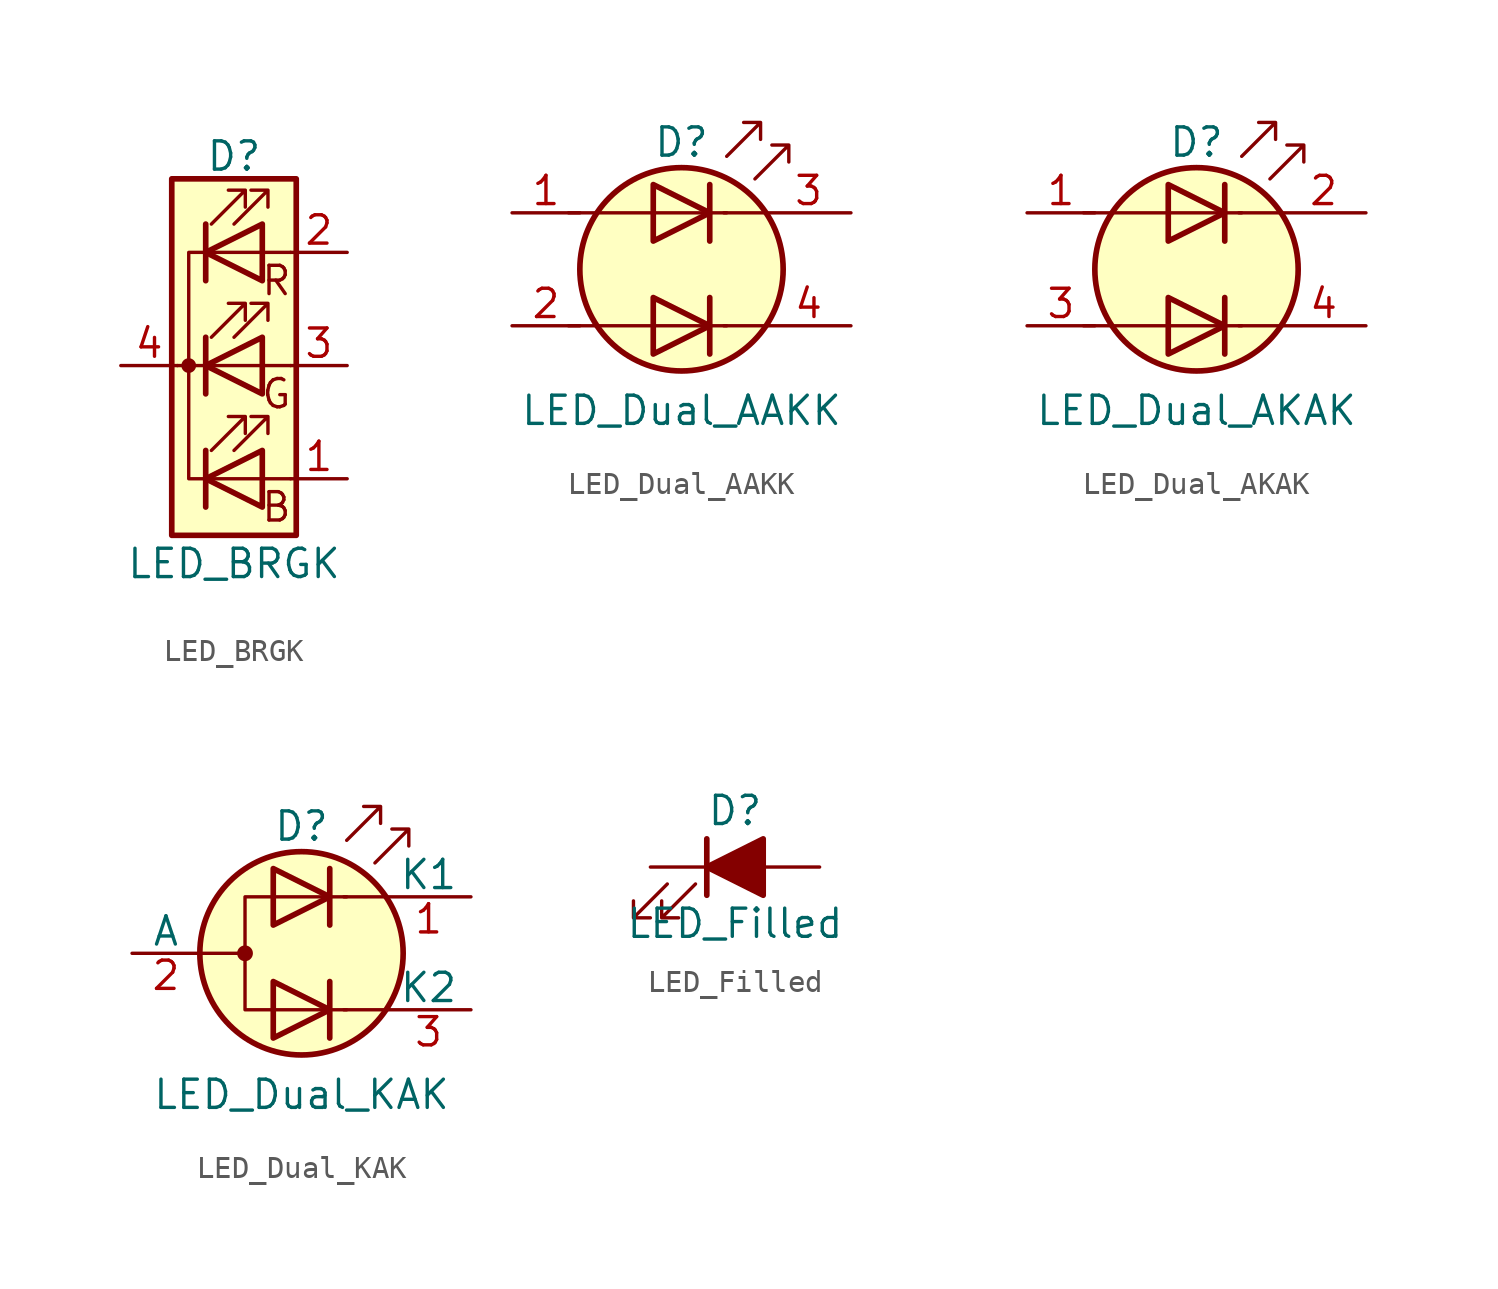
<source format=kicad_sym>
(kicad_symbol_lib
  (version 20211014)
  (generator kicad_symbol_editor)
  (symbol "LED_BRGK"
    (pin_names
      (offset 0) hide)
    (property "Reference" "D"
      (at 0 9.398 0)
      (effects (font (size 1.27 1.27))))
    (property "Value" "LED_BRGK"
      (at 0 -8.89 0)
      (effects (font (size 1.27 1.27))))
    (symbol "LED_BRGK_0_0"
      (text "B" (at 1.905 -6.35 0) (effects (font (size 1.27 1.27))))
      (text "G" (at 1.905 -1.27 0) (effects (font (size 1.27 1.27))))
      (text "R" (at 1.905 3.81 0) (effects (font (size 1.27 1.27)))))
    (symbol "LED_BRGK_0_1"
      (circle (center -2.032 0) (radius 0.254) (stroke (width 0) (type default) (color 0 0 0 0)) (fill (type outline)))
      (polyline (pts (xy -1.27 -5.08) (xy 1.27 -5.08)) (stroke (width 0) (type default) (color 0 0 0 0)) (fill (type none)))
      (polyline (pts (xy -1.27 -3.81) (xy -1.27 -6.35)) (stroke (width 0.254) (type default) (color 0 0 0 0)) (fill (type none)))
      (polyline (pts (xy -1.27 0) (xy -2.54 0)) (stroke (width 0) (type default) (color 0 0 0 0)) (fill (type none)))
      (polyline (pts (xy -1.27 1.27) (xy -1.27 -1.27)) (stroke (width 0.254) (type default) (color 0 0 0 0)) (fill (type none)))
      (polyline (pts (xy -1.27 5.08) (xy 1.27 5.08)) (stroke (width 0) (type default) (color 0 0 0 0)) (fill (type none)))
      (polyline (pts (xy -1.27 6.35) (xy -1.27 3.81)) (stroke (width 0.254) (type default) (color 0 0 0 0)) (fill (type none)))
      (polyline (pts (xy 1.27 -5.08) (xy 2.54 -5.08)) (stroke (width 0) (type default) (color 0 0 0 0)) (fill (type none)))
      (polyline (pts (xy 1.27 0) (xy -1.27 0)) (stroke (width 0) (type default) (color 0 0 0 0)) (fill (type none)))
      (polyline (pts (xy 1.27 0) (xy 2.54 0)) (stroke (width 0) (type default) (color 0 0 0 0)) (fill (type none)))
      (polyline (pts (xy 1.27 5.08) (xy 2.54 5.08)) (stroke (width 0) (type default) (color 0 0 0 0)) (fill (type none)))
      (polyline (pts (xy -1.27 1.27) (xy -1.27 -1.27) (xy -1.27 -1.27)) (stroke (width 0) (type default) (color 0 0 0 0)) (fill (type none)))
      (polyline (pts (xy -1.27 6.35) (xy -1.27 3.81) (xy -1.27 3.81)) (stroke (width 0) (type default) (color 0 0 0 0)) (fill (type none)))
      (polyline (pts (xy -1.27 5.08) (xy -2.032 5.08) (xy -2.032 -5.08) (xy -1.016 -5.08)) (stroke (width 0) (type default) (color 0 0 0 0)) (fill (type none)))
      (polyline (pts (xy 1.27 -3.81) (xy 1.27 -6.35) (xy -1.27 -5.08) (xy 1.27 -3.81)) (stroke (width 0.254) (type default) (color 0 0 0 0)) (fill (type none)))
      (polyline (pts (xy 1.27 1.27) (xy 1.27 -1.27) (xy -1.27 0) (xy 1.27 1.27)) (stroke (width 0.254) (type default) (color 0 0 0 0)) (fill (type none)))
      (polyline (pts (xy 1.27 6.35) (xy 1.27 3.81) (xy -1.27 5.08) (xy 1.27 6.35)) (stroke (width 0.254) (type default) (color 0 0 0 0)) (fill (type none)))
      (polyline (pts (xy -1.016 -3.81) (xy 0.508 -2.286) (xy -0.254 -2.286) (xy 0.508 -2.286) (xy 0.508 -3.048)) (stroke (width 0) (type default) (color 0 0 0 0)) (fill (type none)))
      (polyline (pts (xy -1.016 1.27) (xy 0.508 2.794) (xy -0.254 2.794) (xy 0.508 2.794) (xy 0.508 2.032)) (stroke (width 0) (type default) (color 0 0 0 0)) (fill (type none)))
      (polyline (pts (xy -1.016 6.35) (xy 0.508 7.874) (xy -0.254 7.874) (xy 0.508 7.874) (xy 0.508 7.112)) (stroke (width 0) (type default) (color 0 0 0 0)) (fill (type none)))
      (polyline (pts (xy 0 -3.81) (xy 1.524 -2.286) (xy 0.762 -2.286) (xy 1.524 -2.286) (xy 1.524 -3.048)) (stroke (width 0) (type default) (color 0 0 0 0)) (fill (type none)))
      (polyline (pts (xy 0 1.27) (xy 1.524 2.794) (xy 0.762 2.794) (xy 1.524 2.794) (xy 1.524 2.032)) (stroke (width 0) (type default) (color 0 0 0 0)) (fill (type none)))
      (polyline (pts (xy 0 6.35) (xy 1.524 7.874) (xy 0.762 7.874) (xy 1.524 7.874) (xy 1.524 7.112)) (stroke (width 0) (type default) (color 0 0 0 0)) (fill (type none)))
      (rectangle (start 1.27 -1.27) (end 1.27 1.27) (stroke (width 0) (type default) (color 0 0 0 0)) (fill (type none)))
      (rectangle (start 1.27 1.27) (end 1.27 1.27) (stroke (width 0) (type default) (color 0 0 0 0)) (fill (type none)))
      (rectangle (start 1.27 3.81) (end 1.27 6.35) (stroke (width 0) (type default) (color 0 0 0 0)) (fill (type none)))
      (rectangle (start 1.27 6.35) (end 1.27 6.35) (stroke (width 0) (type default) (color 0 0 0 0)) (fill (type none)))
      (rectangle (start 2.794 8.382) (end -2.794 -7.62) (stroke (width 0.254) (type default) (color 0 0 0 0)) (fill (type background))))
    (symbol "LED_BRGK_1_1"
      (pin passive line (at 5.08 -5.08 180) (length 2.54) (name "BA" (effects (font (size 1.27 1.27)))) (number "1" (effects (font (size 1.27 1.27)))))
      (pin passive line (at 5.08 5.08 180) (length 2.54) (name "RA" (effects (font (size 1.27 1.27)))) (number "2" (effects (font (size 1.27 1.27)))))
      (pin passive line (at 5.08 0 180) (length 2.54) (name "GA" (effects (font (size 1.27 1.27)))) (number "3" (effects (font (size 1.27 1.27)))))
      (pin passive line (at -5.08 0 0) (length 2.54) (name "K" (effects (font (size 1.27 1.27)))) (number "4" (effects (font (size 1.27 1.27)))))))
  (symbol "LED_Dual_AAKK"
    (pin_names
      (offset 0) hide)
    (property "Reference" "D"
      (at 0 5.715 0)
      (effects (font (size 1.27 1.27))))
    (property "Value" "LED_Dual_AAKK"
      (at 0 -6.35 0)
      (effects (font (size 1.27 1.27))))
    (symbol "LED_Dual_AAKK_0_1"
      (polyline (pts (xy -5.08 -2.54) (xy 2.032 -2.54)) (stroke (width 0) (type default) (color 0 0 0 0)) (fill (type none)))
      (polyline (pts (xy -5.08 2.54) (xy 2.032 2.54)) (stroke (width 0) (type default) (color 0 0 0 0)) (fill (type none)))
      (polyline (pts (xy 1.27 -1.27) (xy 1.27 -3.81)) (stroke (width 0.254) (type default) (color 0 0 0 0)) (fill (type none)))
      (polyline (pts (xy 1.27 3.81) (xy 1.27 1.27)) (stroke (width 0.254) (type default) (color 0 0 0 0)) (fill (type none)))
      (polyline (pts (xy 3.81 -2.54) (xy 1.905 -2.54)) (stroke (width 0) (type default) (color 0 0 0 0)) (fill (type none)))
      (polyline (pts (xy 3.81 2.54) (xy 1.905 2.54)) (stroke (width 0) (type default) (color 0 0 0 0)) (fill (type none)))
      (polyline (pts (xy -1.27 -1.27) (xy -1.27 -3.81) (xy 1.27 -2.54) (xy -1.27 -1.27)) (stroke (width 0.254) (type default) (color 0 0 0 0)) (fill (type none)))
      (polyline (pts (xy -1.27 3.81) (xy -1.27 1.27) (xy 1.27 2.54) (xy -1.27 3.81)) (stroke (width 0.254) (type default) (color 0 0 0 0)) (fill (type none)))
      (polyline (pts (xy 2.032 5.08) (xy 3.556 6.604) (xy 2.794 6.604) (xy 3.556 6.604) (xy 3.556 5.842)) (stroke (width 0) (type default) (color 0 0 0 0)) (fill (type none)))
      (polyline (pts (xy 3.302 4.064) (xy 4.826 5.588) (xy 4.064 5.588) (xy 4.826 5.588) (xy 4.826 4.826)) (stroke (width 0) (type default) (color 0 0 0 0)) (fill (type none)))
      (circle (center 0 0) (radius 4.572) (stroke (width 0.254) (type default) (color 0 0 0 0)) (fill (type background))))
    (symbol "LED_Dual_AAKK_1_1"
      (pin input line (at -7.62 2.54 0) (length 3.048) (name "A1" (effects (font (size 1.27 1.27)))) (number "1" (effects (font (size 1.27 1.27)))))
      (pin input line (at -7.62 -2.54 0) (length 3.048) (name "A2" (effects (font (size 1.27 1.27)))) (number "2" (effects (font (size 1.27 1.27)))))
      (pin input line (at 7.62 2.54 180) (length 3.81) (name "K1" (effects (font (size 1.27 1.27)))) (number "3" (effects (font (size 1.27 1.27)))))
      (pin input line (at 7.62 -2.54 180) (length 3.81) (name "K2" (effects (font (size 1.27 1.27)))) (number "4" (effects (font (size 1.27 1.27)))))))
  (symbol "LED_Dual_AKAK"
    (pin_names
      (offset 0) hide)
    (property "Reference" "D"
      (at 0 5.715 0)
      (effects (font (size 1.27 1.27))))
    (property "Value" "LED_Dual_AKAK"
      (at 0 -6.35 0)
      (effects (font (size 1.27 1.27))))
    (symbol "LED_Dual_AKAK_0_1"
      (polyline (pts (xy -5.08 -2.54) (xy 2.032 -2.54)) (stroke (width 0) (type default) (color 0 0 0 0)) (fill (type none)))
      (polyline (pts (xy -5.08 2.54) (xy 2.032 2.54)) (stroke (width 0) (type default) (color 0 0 0 0)) (fill (type none)))
      (polyline (pts (xy 1.27 -1.27) (xy 1.27 -3.81)) (stroke (width 0.254) (type default) (color 0 0 0 0)) (fill (type none)))
      (polyline (pts (xy 1.27 3.81) (xy 1.27 1.27)) (stroke (width 0.254) (type default) (color 0 0 0 0)) (fill (type none)))
      (polyline (pts (xy 3.81 -2.54) (xy 1.905 -2.54)) (stroke (width 0) (type default) (color 0 0 0 0)) (fill (type none)))
      (polyline (pts (xy 3.81 2.54) (xy 1.905 2.54)) (stroke (width 0) (type default) (color 0 0 0 0)) (fill (type none)))
      (polyline (pts (xy -1.27 -1.27) (xy -1.27 -3.81) (xy 1.27 -2.54) (xy -1.27 -1.27)) (stroke (width 0.254) (type default) (color 0 0 0 0)) (fill (type none)))
      (polyline (pts (xy -1.27 3.81) (xy -1.27 1.27) (xy 1.27 2.54) (xy -1.27 3.81)) (stroke (width 0.254) (type default) (color 0 0 0 0)) (fill (type none)))
      (polyline (pts (xy 2.032 5.08) (xy 3.556 6.604) (xy 2.794 6.604) (xy 3.556 6.604) (xy 3.556 5.842)) (stroke (width 0) (type default) (color 0 0 0 0)) (fill (type none)))
      (polyline (pts (xy 3.302 4.064) (xy 4.826 5.588) (xy 4.064 5.588) (xy 4.826 5.588) (xy 4.826 4.826)) (stroke (width 0) (type default) (color 0 0 0 0)) (fill (type none)))
      (circle (center 0 0) (radius 4.572) (stroke (width 0.254) (type default) (color 0 0 0 0)) (fill (type background))))
    (symbol "LED_Dual_AKAK_1_1"
      (pin input line (at -7.62 2.54 0) (length 3.048) (name "A1" (effects (font (size 1.27 1.27)))) (number "1" (effects (font (size 1.27 1.27)))))
      (pin input line (at 7.62 2.54 180) (length 3.81) (name "K1" (effects (font (size 1.27 1.27)))) (number "2" (effects (font (size 1.27 1.27)))))
      (pin input line (at -7.62 -2.54 0) (length 3.048) (name "A2" (effects (font (size 1.27 1.27)))) (number "3" (effects (font (size 1.27 1.27)))))
      (pin input line (at 7.62 -2.54 180) (length 3.81) (name "K2" (effects (font (size 1.27 1.27)))) (number "4" (effects (font (size 1.27 1.27)))))))
  (symbol "LED_Dual_KAK"
    (pin_names
      (offset 0))
    (property "Reference" "D"
      (at 0 5.715 0)
      (effects (font (size 1.27 1.27))))
    (property "Value" "LED_Dual_KAK"
      (at 0 -6.35 0)
      (effects (font (size 1.27 1.27))))
    (symbol "LED_Dual_KAK_0_1"
      (circle (center -2.54 0) (radius 0.279) (stroke (width 0) (type default) (color 0 0 0 0)) (fill (type outline)))
      (polyline (pts (xy -4.572 0) (xy -2.54 0)) (stroke (width 0) (type default) (color 0 0 0 0)) (fill (type none)))
      (polyline (pts (xy 1.27 -1.27) (xy 1.27 -3.81)) (stroke (width 0.254) (type default) (color 0 0 0 0)) (fill (type none)))
      (polyline (pts (xy 1.27 3.81) (xy 1.27 1.27)) (stroke (width 0.254) (type default) (color 0 0 0 0)) (fill (type none)))
      (polyline (pts (xy 3.81 -2.54) (xy 1.905 -2.54)) (stroke (width 0) (type default) (color 0 0 0 0)) (fill (type none)))
      (polyline (pts (xy 3.81 2.54) (xy 1.905 2.54)) (stroke (width 0) (type default) (color 0 0 0 0)) (fill (type none)))
      (polyline (pts (xy -1.27 -1.27) (xy -1.27 -3.81) (xy 1.27 -2.54) (xy -1.27 -1.27)) (stroke (width 0.254) (type default) (color 0 0 0 0)) (fill (type none)))
      (polyline (pts (xy -1.27 3.81) (xy -1.27 1.27) (xy 1.27 2.54) (xy -1.27 3.81)) (stroke (width 0.254) (type default) (color 0 0 0 0)) (fill (type none)))
      (polyline (pts (xy 2.032 2.54) (xy -2.54 2.54) (xy -2.54 -2.54) (xy 2.032 -2.54)) (stroke (width 0) (type default) (color 0 0 0 0)) (fill (type none)))
      (polyline (pts (xy 2.032 5.08) (xy 3.556 6.604) (xy 2.794 6.604) (xy 3.556 6.604) (xy 3.556 5.842)) (stroke (width 0) (type default) (color 0 0 0 0)) (fill (type none)))
      (polyline (pts (xy 3.302 4.064) (xy 4.826 5.588) (xy 4.064 5.588) (xy 4.826 5.588) (xy 4.826 4.826)) (stroke (width 0) (type default) (color 0 0 0 0)) (fill (type none)))
      (circle (center 0 0) (radius 4.572) (stroke (width 0.254) (type default) (color 0 0 0 0)) (fill (type background))))
    (symbol "LED_Dual_KAK_1_1"
      (pin input line (at 7.62 2.54 180) (length 3.81) (name "K1" (effects (font (size 1.27 1.27)))) (number "1" (effects (font (size 1.27 1.27)))))
      (pin input line (at -7.62 0 0) (length 3.048) (name "A" (effects (font (size 1.27 1.27)))) (number "2" (effects (font (size 1.27 1.27)))))
      (pin input line (at 7.62 -2.54 180) (length 3.81) (name "K2" (effects (font (size 1.27 1.27)))) (number "3" (effects (font (size 1.27 1.27)))))))
  (symbol "LED_Filled"
    (pin_numbers hide)
    (pin_names
      (offset 1.016) hide)
    (property "Reference" "D"
      (at 0 2.54 0)
      (effects (font (size 1.27 1.27))))
    (property "Value" "LED_Filled"
      (at 0 -2.54 0)
      (effects (font (size 1.27 1.27))))
    (symbol "LED_Filled_0_1"
      (polyline (pts (xy -1.27 -1.27) (xy -1.27 1.27)) (stroke (width 0.254) (type default) (color 0 0 0 0)) (fill (type none)))
      (polyline (pts (xy -1.27 0) (xy 1.27 0)) (stroke (width 0) (type default) (color 0 0 0 0)) (fill (type none)))
      (polyline (pts (xy 1.27 -1.27) (xy 1.27 1.27) (xy -1.27 0) (xy 1.27 -1.27)) (stroke (width 0.254) (type default) (color 0 0 0 0)) (fill (type outline)))
      (polyline (pts (xy -3.048 -0.762) (xy -4.572 -2.286) (xy -3.81 -2.286) (xy -4.572 -2.286) (xy -4.572 -1.524)) (stroke (width 0) (type default) (color 0 0 0 0)) (fill (type none)))
      (polyline (pts (xy -1.778 -0.762) (xy -3.302 -2.286) (xy -2.54 -2.286) (xy -3.302 -2.286) (xy -3.302 -1.524)) (stroke (width 0) (type default) (color 0 0 0 0)) (fill (type none))))
    (symbol "LED_Filled_1_1"
      (pin passive line (at -3.81 0 0) (length 2.54) (name "K" (effects (font (size 1.27 1.27)))) (number "1" (effects (font (size 1.27 1.27)))))
      (pin passive line (at 3.81 0 180) (length 2.54) (name "A" (effects (font (size 1.27 1.27)))) (number "2" (effects (font (size 1.27 1.27))))))))
</source>
